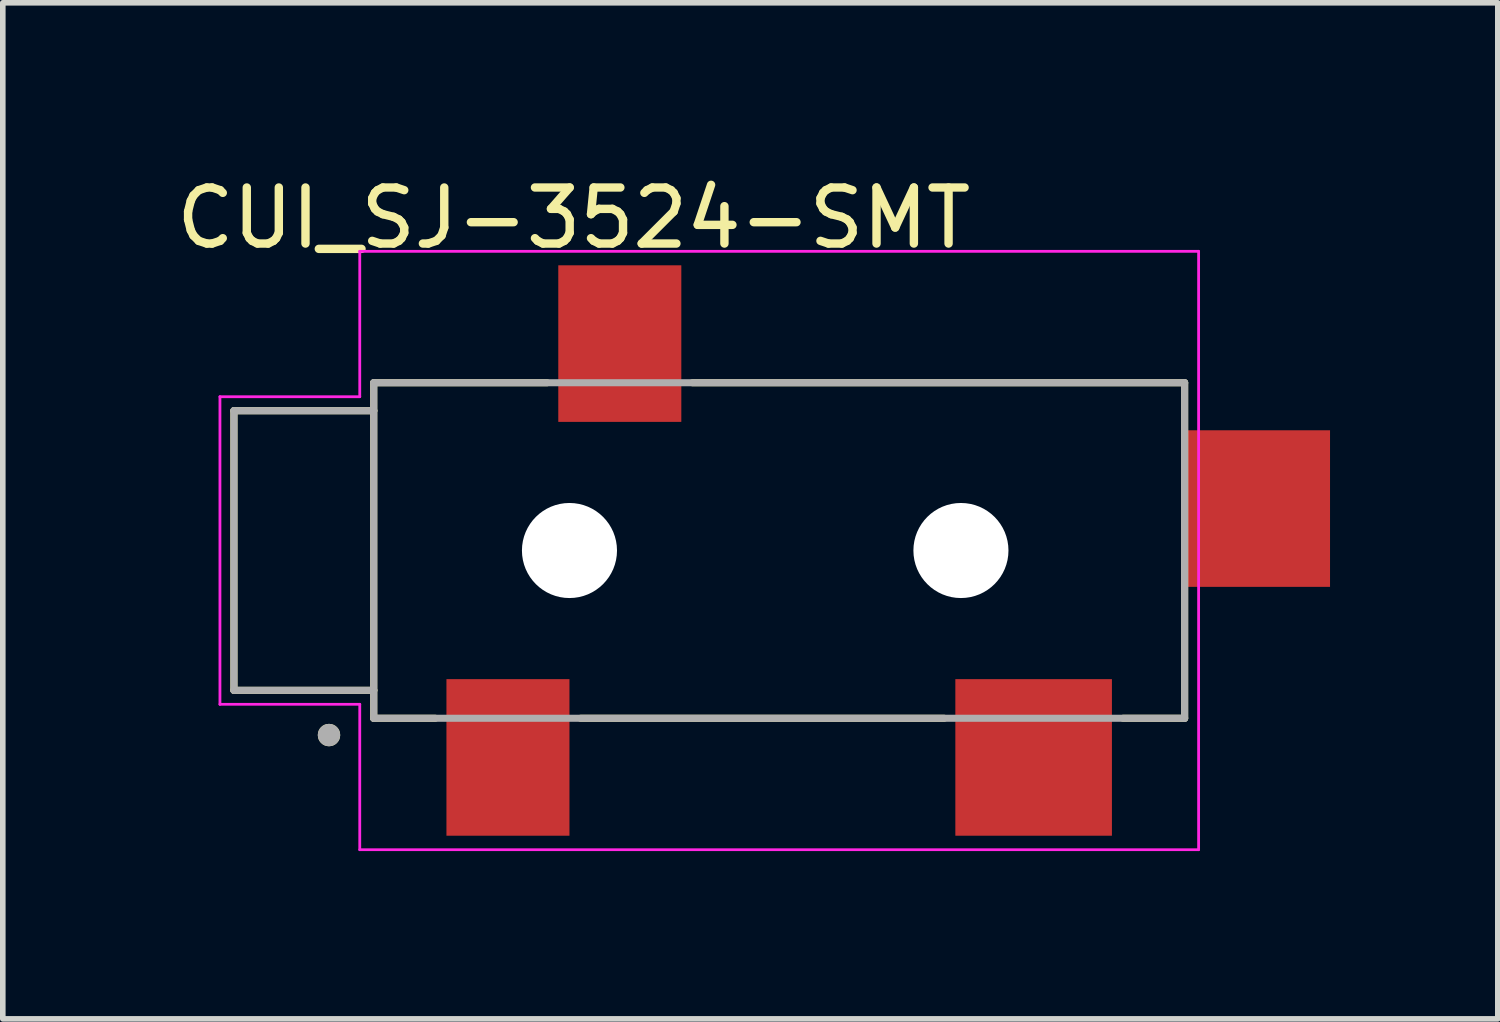
<source format=kicad_pcb>
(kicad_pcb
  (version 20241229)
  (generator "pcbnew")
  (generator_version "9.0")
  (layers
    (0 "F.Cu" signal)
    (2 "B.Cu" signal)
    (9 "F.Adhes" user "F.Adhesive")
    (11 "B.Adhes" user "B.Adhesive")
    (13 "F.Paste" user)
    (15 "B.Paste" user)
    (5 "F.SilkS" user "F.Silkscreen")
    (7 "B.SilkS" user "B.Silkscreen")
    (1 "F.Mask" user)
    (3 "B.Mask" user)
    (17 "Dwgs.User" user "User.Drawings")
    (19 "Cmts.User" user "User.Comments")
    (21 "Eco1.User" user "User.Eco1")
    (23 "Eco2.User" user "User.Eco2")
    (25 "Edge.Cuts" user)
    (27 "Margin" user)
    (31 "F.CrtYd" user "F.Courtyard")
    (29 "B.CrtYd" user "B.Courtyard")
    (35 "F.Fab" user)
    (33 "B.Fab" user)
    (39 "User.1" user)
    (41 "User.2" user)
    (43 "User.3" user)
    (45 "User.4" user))
  (footprint "CUI_SJ-3524-SMT"
    (layer "F.Cu")
    (at 7.133 6.794)
    (property "Reference" "CUI_SJ-3524-SMT" (at 0.075 -5.945 0) (layer "F.SilkS") (effects (font (size 1.002 1.002) (thickness 0.15))))
    (attr smd)
    (fp_line (start -6 -2.5) (end -6 2.5) (stroke (width 0.127) (type solid)) (layer "F.SilkS"))
    (fp_line (start -6 2.5) (end -3.5 2.5) (stroke (width 0.127) (type solid)) (layer "F.SilkS"))
    (fp_line (start -3.5 -3) (end -0.4 -3) (stroke (width 0.127) (type solid)) (layer "F.SilkS"))
    (fp_line (start -3.5 -2.5) (end -6 -2.5) (stroke (width 0.127) (type solid)) (layer "F.SilkS"))
    (fp_line (start -3.5 -2.5) (end -3.5 -3) (stroke (width 0.127) (type solid)) (layer "F.SilkS"))
    (fp_line (start -3.5 2.5) (end -3.5 -2.5) (stroke (width 0.127) (type solid)) (layer "F.SilkS"))
    (fp_line (start -3.5 3) (end -3.5 2.5) (stroke (width 0.127) (type solid)) (layer "F.SilkS"))
    (fp_line (start -3.5 3) (end -2.4 3) (stroke (width 0.127) (type solid)) (layer "F.SilkS"))
    (fp_line (start 0.2 3) (end 6.7 3) (stroke (width 0.127) (type solid)) (layer "F.SilkS"))
    (fp_line (start 2.2 -3) (end 11 -3) (stroke (width 0.127) (type solid)) (layer "F.SilkS"))
    (fp_line (start 9.9 3) (end 11 3) (stroke (width 0.127) (type solid)) (layer "F.SilkS"))
    (fp_line (start 11 -3) (end 11 3) (stroke (width 0.127) (type solid)) (layer "F.SilkS"))
    (fp_circle (center -4.3 3.3) (end -4.2 3.3) (stroke (width 0.2) (type solid)) (fill no) (layer "F.SilkS"))
    (fp_line (start -6.25 -2.75) (end -6.25 2.75) (stroke (width 0.05) (type solid)) (layer "F.CrtYd"))
    (fp_line (start -6.25 2.75) (end -3.75 2.75) (stroke (width 0.05) (type solid)) (layer "F.CrtYd"))
    (fp_line (start -3.75 -5.35) (end -3.75 -2.75) (stroke (width 0.05) (type solid)) (layer "F.CrtYd"))
    (fp_line (start -3.75 -5.35) (end 11.25 -5.35) (stroke (width 0.05) (type solid)) (layer "F.CrtYd"))
    (fp_line (start -3.75 -2.75) (end -6.25 -2.75) (stroke (width 0.05) (type solid)) (layer "F.CrtYd"))
    (fp_line (start -3.75 2.75) (end -3.75 5.35) (stroke (width 0.05) (type solid)) (layer "F.CrtYd"))
    (fp_line (start 11.25 -5.35) (end 11.25 5.35) (stroke (width 0.05) (type solid)) (layer "F.CrtYd"))
    (fp_line (start 11.25 5.35) (end -3.75 5.35) (stroke (width 0.05) (type solid)) (layer "F.CrtYd"))
    (fp_line (start -6 -2.5) (end -6 2.5) (stroke (width 0.127) (type solid)) (layer "F.Fab"))
    (fp_line (start -6 2.5) (end -3.5 2.5) (stroke (width 0.127) (type solid)) (layer "F.Fab"))
    (fp_line (start -3.5 -3) (end 11 -3) (stroke (width 0.127) (type solid)) (layer "F.Fab"))
    (fp_line (start -3.5 -2.5) (end -6 -2.5) (stroke (width 0.127) (type solid)) (layer "F.Fab"))
    (fp_line (start -3.5 3) (end -3.5 -3) (stroke (width 0.127) (type solid)) (layer "F.Fab"))
    (fp_line (start 11 -3) (end 11 3) (stroke (width 0.127) (type solid)) (layer "F.Fab"))
    (fp_line (start 11 3) (end -3.5 3) (stroke (width 0.127) (type solid)) (layer "F.Fab"))
    (fp_circle (center -4.3 3.3) (end -4.2 3.3) (stroke (width 0.2) (type solid)) (fill no) (layer "F.Fab"))
    (pad "" np_thru_hole circle (at 0 0) (size 1.7 1.7) (drill 1.7) (layers "*.Cu" "*.Mask"))
    (pad "" np_thru_hole circle (at 7 0) (size 1.7 1.7) (drill 1.7) (layers "*.Cu" "*.Mask"))
    (pad "1" smd rect (at -1.1 3.7) (size 2.2 2.8) (layers "F.Cu" "F.Mask" "F.Paste"))
    (pad "2" smd rect (at 8.3 3.7) (size 2.8 2.8) (layers "F.Cu" "F.Mask" "F.Paste"))
    (pad "3" smd rect (at 0.9 -3.7) (size 2.2 2.8) (layers "F.Cu" "F.Mask" "F.Paste"))
    (pad "4" smd rect (at 12.3 -0.75) (size 2.6 2.8) (layers "F.Cu" "F.Mask" "F.Paste")))
  (gr_rect
    (start -3 -3)
    (end 23.733 15.169)
    (stroke (width 0.1) (type default))
    (fill no)
    (layer "Edge.Cuts")))
</source>
